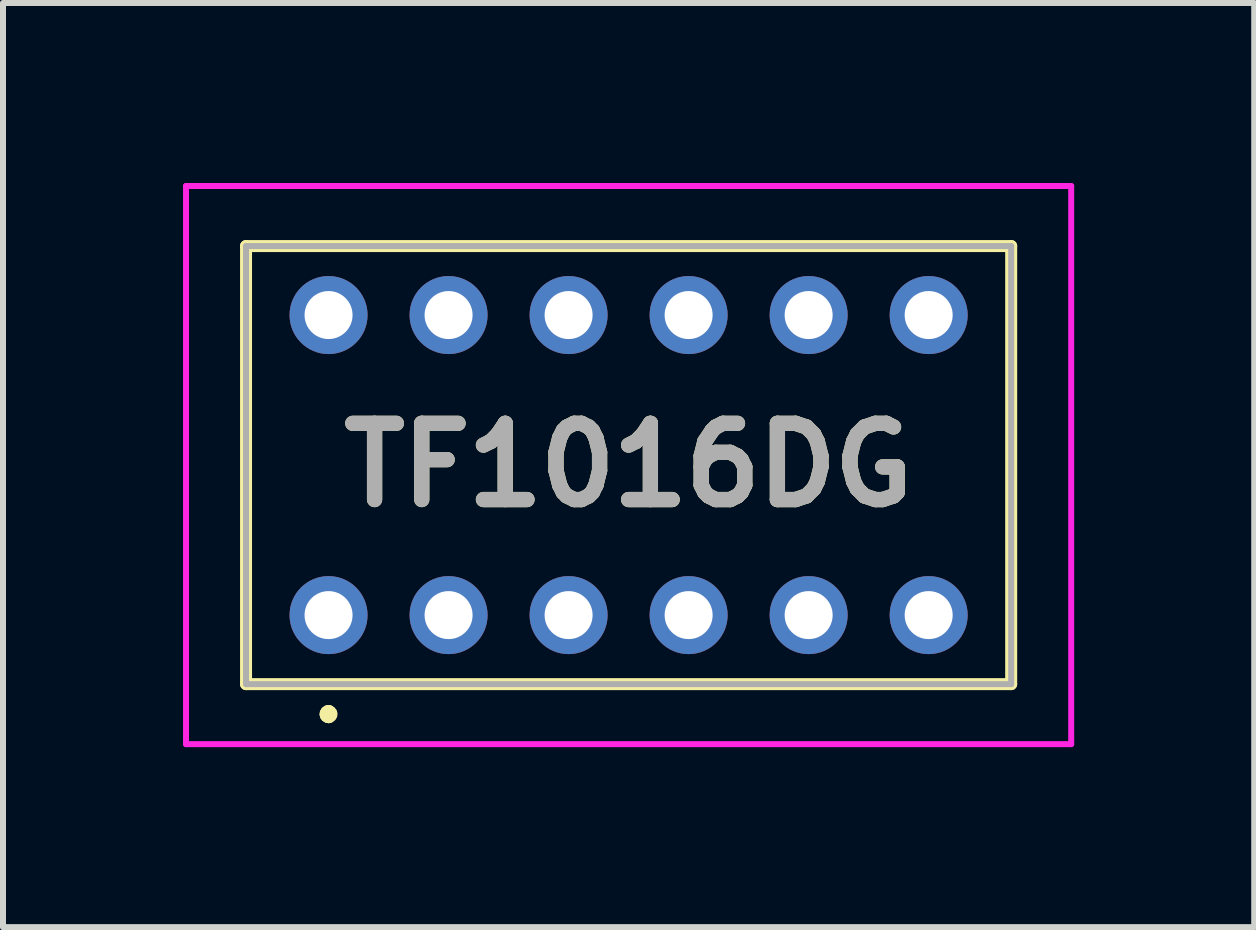
<source format=kicad_pcb>
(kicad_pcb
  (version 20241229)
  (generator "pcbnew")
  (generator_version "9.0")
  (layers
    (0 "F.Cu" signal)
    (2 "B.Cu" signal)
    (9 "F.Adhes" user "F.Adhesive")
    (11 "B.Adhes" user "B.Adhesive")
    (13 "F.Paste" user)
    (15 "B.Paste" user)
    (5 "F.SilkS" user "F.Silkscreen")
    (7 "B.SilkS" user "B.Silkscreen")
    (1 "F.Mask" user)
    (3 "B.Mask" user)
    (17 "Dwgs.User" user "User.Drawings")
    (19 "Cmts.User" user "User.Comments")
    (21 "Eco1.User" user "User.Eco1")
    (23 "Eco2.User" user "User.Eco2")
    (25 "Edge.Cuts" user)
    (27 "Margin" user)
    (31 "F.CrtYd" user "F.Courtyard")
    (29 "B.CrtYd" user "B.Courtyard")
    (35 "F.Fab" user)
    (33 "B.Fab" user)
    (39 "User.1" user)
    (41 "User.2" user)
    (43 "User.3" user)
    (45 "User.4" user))
  (footprint "TF1016DG"
    (layer "F.Cu")
    (at 2.425 7.2)
    (property "Reference" "TF1016DG" (at 5 -2.5 0) (layer "F.SilkS") (effects (font (size 1.27 1.27) (thickness 0.254))))
    (attr through_hole)
    (fp_line (start -1.375 -6.15) (end 11.375 -6.15) (stroke (width 0.2) (type solid)) (layer "F.SilkS"))
    (fp_line (start -1.375 1.15) (end -1.375 -6.15) (stroke (width 0.2) (type solid)) (layer "F.SilkS"))
    (fp_line (start 0 1.6) (end 0 1.6) (stroke (width 0.2) (type solid)) (layer "F.SilkS"))
    (fp_line (start 0 1.6) (end 0 1.6) (stroke (width 0.2) (type solid)) (layer "F.SilkS"))
    (fp_line (start 0 1.7) (end 0 1.7) (stroke (width 0.2) (type solid)) (layer "F.SilkS"))
    (fp_line (start 11.375 -6.15) (end 11.375 1.15) (stroke (width 0.2) (type solid)) (layer "F.SilkS"))
    (fp_line (start 11.375 1.15) (end -1.375 1.15) (stroke (width 0.2) (type solid)) (layer "F.SilkS"))
    (fp_arc (start 0 1.6) (mid 0.05 1.65) (end 0 1.7) (stroke (width 0.2) (type solid)) (layer "F.SilkS"))
    (fp_arc (start 0 1.7) (mid -0.05 1.65) (end 0 1.6) (stroke (width 0.2) (type solid)) (layer "F.SilkS"))
    (fp_arc (start 0 1.7) (mid -0.05 1.65) (end 0 1.6) (stroke (width 0.2) (type solid)) (layer "F.SilkS"))
    (fp_line (start -2.375 -7.15) (end 12.375 -7.15) (stroke (width 0.1) (type solid)) (layer "F.CrtYd"))
    (fp_line (start -2.375 2.15) (end -2.375 -7.15) (stroke (width 0.1) (type solid)) (layer "F.CrtYd"))
    (fp_line (start 12.375 -7.15) (end 12.375 2.15) (stroke (width 0.1) (type solid)) (layer "F.CrtYd"))
    (fp_line (start 12.375 2.15) (end -2.375 2.15) (stroke (width 0.1) (type solid)) (layer "F.CrtYd"))
    (fp_line (start -1.375 -6.15) (end -1.375 1.15) (stroke (width 0.1) (type solid)) (layer "F.Fab"))
    (fp_line (start -1.375 1.15) (end 11.375 1.15) (stroke (width 0.1) (type solid)) (layer "F.Fab"))
    (fp_line (start 11.375 -6.15) (end -1.375 -6.15) (stroke (width 0.1) (type solid)) (layer "F.Fab"))
    (fp_line (start 11.375 1.15) (end 11.375 -6.15) (stroke (width 0.1) (type solid)) (layer "F.Fab"))
    (fp_text user "${REFERENCE}" (at 5 -2.5 0) (layer "F.Fab") (effects (font (size 1.27 1.27) (thickness 0.254))))
    (pad "1" thru_hole circle (at 0 0) (size 1.3 1.3) (drill 0.8) (layers "*.Cu" "*.Mask"))
    (pad "2" thru_hole circle (at 2 0) (size 1.3 1.3) (drill 0.8) (layers "*.Cu" "*.Mask"))
    (pad "3" thru_hole circle (at 4 0) (size 1.3 1.3) (drill 0.8) (layers "*.Cu" "*.Mask"))
    (pad "4" thru_hole circle (at 6 0) (size 1.3 1.3) (drill 0.8) (layers "*.Cu" "*.Mask"))
    (pad "5" thru_hole circle (at 8 0) (size 1.3 1.3) (drill 0.8) (layers "*.Cu" "*.Mask"))
    (pad "6" thru_hole circle (at 10 0) (size 1.3 1.3) (drill 0.8) (layers "*.Cu" "*.Mask"))
    (pad "7" thru_hole circle (at 10 -5) (size 1.3 1.3) (drill 0.8) (layers "*.Cu" "*.Mask"))
    (pad "8" thru_hole circle (at 8 -5) (size 1.3 1.3) (drill 0.8) (layers "*.Cu" "*.Mask"))
    (pad "9" thru_hole circle (at 6 -5) (size 1.3 1.3) (drill 0.8) (layers "*.Cu" "*.Mask"))
    (pad "10" thru_hole circle (at 4 -5) (size 1.3 1.3) (drill 0.8) (layers "*.Cu" "*.Mask"))
    (pad "11" thru_hole circle (at 2 -5) (size 1.3 1.3) (drill 0.8) (layers "*.Cu" "*.Mask"))
    (pad "12" thru_hole circle (at 0 -5) (size 1.3 1.3) (drill 0.8) (layers "*.Cu" "*.Mask")))
  (gr_rect
    (start -3 -3)
    (end 17.85 12.4)
    (stroke (width 0.1) (type default))
    (fill no)
    (layer "Edge.Cuts")))
</source>
